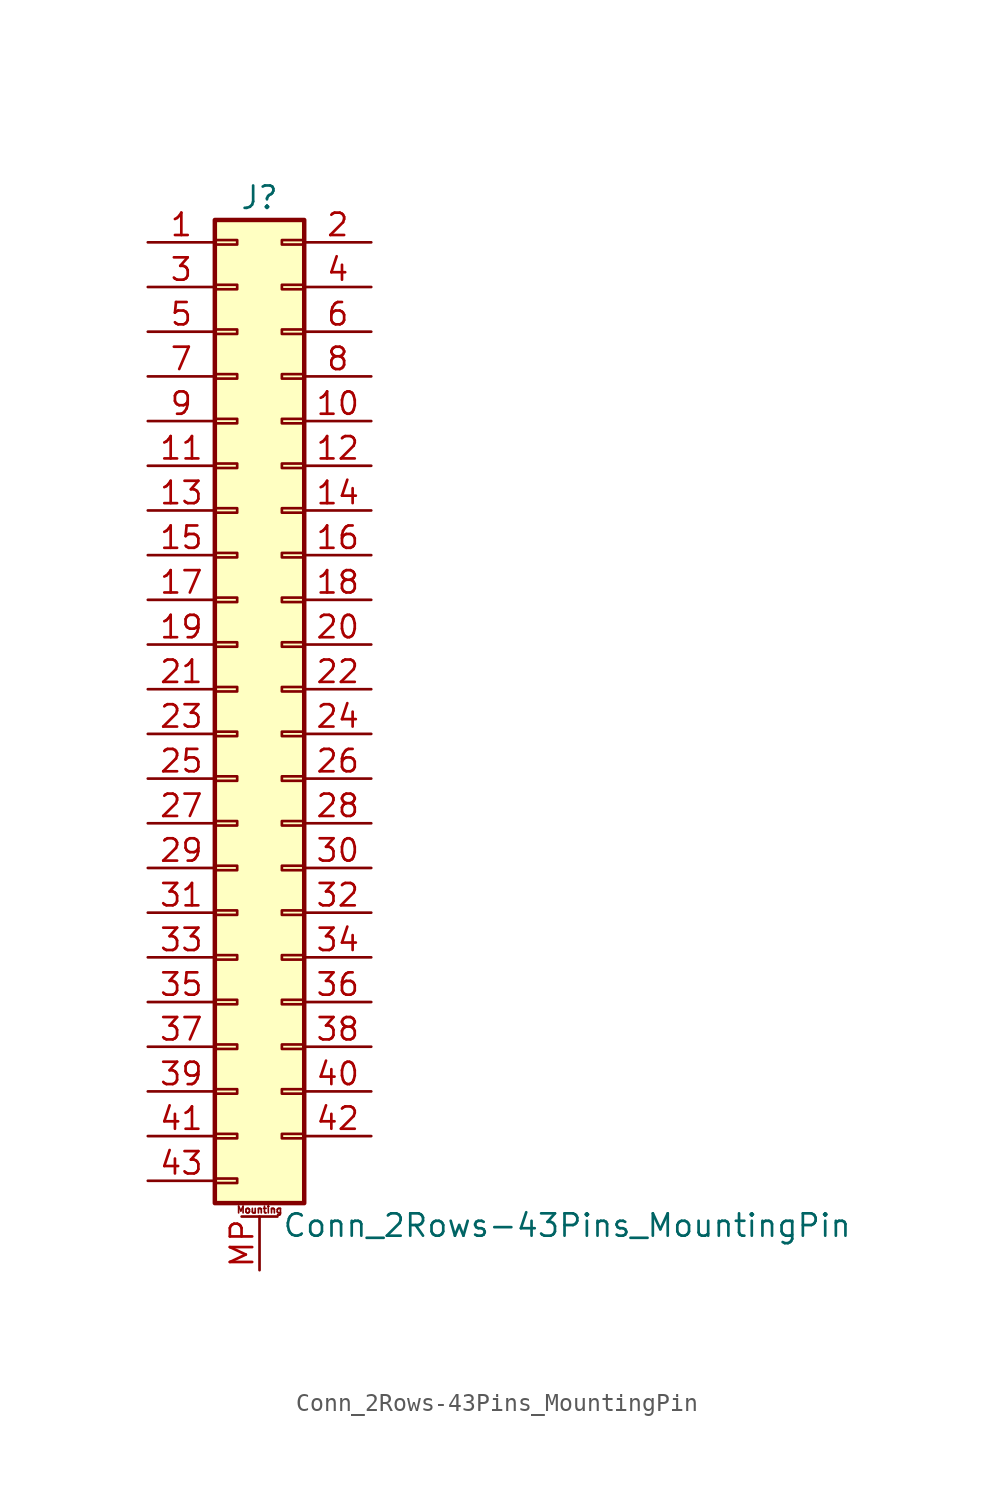
<source format=kicad_sym>
(kicad_symbol_lib
  (version 20220914)
  (generator kicad_symbol_editor)
  (symbol "Conn_2Rows-43Pins_MountingPin"
    (pin_names
      (offset 1.016) hide)
    (property "Reference" "J"
      (at 1.27 27.94 0)
      (effects (font (size 1.27 1.27))))
    (property "Value" "Conn_2Rows-43Pins_MountingPin"
      (at 2.54 -30.48 0)
      (effects (font (size 1.27 1.27)) (justify left)))
    (symbol "Conn_2Rows-43Pins_MountingPin_1_1"
      (rectangle (start -1.27 -27.813) (end 0 -28.067) (stroke (width 0.152) (type default)) (fill (type none)))
      (rectangle (start -1.27 -25.273) (end 0 -25.527) (stroke (width 0.152) (type default)) (fill (type none)))
      (rectangle (start -1.27 -22.733) (end 0 -22.987) (stroke (width 0.152) (type default)) (fill (type none)))
      (rectangle (start -1.27 -20.193) (end 0 -20.447) (stroke (width 0.152) (type default)) (fill (type none)))
      (rectangle (start -1.27 -17.653) (end 0 -17.907) (stroke (width 0.152) (type default)) (fill (type none)))
      (rectangle (start -1.27 -15.113) (end 0 -15.367) (stroke (width 0.152) (type default)) (fill (type none)))
      (rectangle (start -1.27 -12.573) (end 0 -12.827) (stroke (width 0.152) (type default)) (fill (type none)))
      (rectangle (start -1.27 -10.033) (end 0 -10.287) (stroke (width 0.152) (type default)) (fill (type none)))
      (rectangle (start -1.27 -7.493) (end 0 -7.747) (stroke (width 0.152) (type default)) (fill (type none)))
      (rectangle (start -1.27 -4.953) (end 0 -5.207) (stroke (width 0.152) (type default)) (fill (type none)))
      (rectangle (start -1.27 -2.413) (end 0 -2.667) (stroke (width 0.152) (type default)) (fill (type none)))
      (rectangle (start -1.27 0.127) (end 0 -0.127) (stroke (width 0.152) (type default)) (fill (type none)))
      (rectangle (start -1.27 2.667) (end 0 2.413) (stroke (width 0.152) (type default)) (fill (type none)))
      (rectangle (start -1.27 5.207) (end 0 4.953) (stroke (width 0.152) (type default)) (fill (type none)))
      (rectangle (start -1.27 7.747) (end 0 7.493) (stroke (width 0.152) (type default)) (fill (type none)))
      (rectangle (start -1.27 10.287) (end 0 10.033) (stroke (width 0.152) (type default)) (fill (type none)))
      (rectangle (start -1.27 12.827) (end 0 12.573) (stroke (width 0.152) (type default)) (fill (type none)))
      (rectangle (start -1.27 15.367) (end 0 15.113) (stroke (width 0.152) (type default)) (fill (type none)))
      (rectangle (start -1.27 17.907) (end 0 17.653) (stroke (width 0.152) (type default)) (fill (type none)))
      (rectangle (start -1.27 20.447) (end 0 20.193) (stroke (width 0.152) (type default)) (fill (type none)))
      (rectangle (start -1.27 22.987) (end 0 22.733) (stroke (width 0.152) (type default)) (fill (type none)))
      (rectangle (start -1.27 25.527) (end 0 25.273) (stroke (width 0.152) (type default)) (fill (type none)))
      (rectangle (start -1.27 26.67) (end 3.81 -29.21) (stroke (width 0.254) (type default)) (fill (type background)))
      (polyline (pts (xy 0.254 -29.972) (xy 2.286 -29.972)) (stroke (width 0.152) (type default)) (fill (type none)))
      (rectangle (start 3.81 -25.273) (end 2.54 -25.527) (stroke (width 0.152) (type default)) (fill (type none)))
      (rectangle (start 3.81 -22.733) (end 2.54 -22.987) (stroke (width 0.152) (type default)) (fill (type none)))
      (rectangle (start 3.81 -20.193) (end 2.54 -20.447) (stroke (width 0.152) (type default)) (fill (type none)))
      (rectangle (start 3.81 -17.653) (end 2.54 -17.907) (stroke (width 0.152) (type default)) (fill (type none)))
      (rectangle (start 3.81 -15.113) (end 2.54 -15.367) (stroke (width 0.152) (type default)) (fill (type none)))
      (rectangle (start 3.81 -12.573) (end 2.54 -12.827) (stroke (width 0.152) (type default)) (fill (type none)))
      (rectangle (start 3.81 -10.033) (end 2.54 -10.287) (stroke (width 0.152) (type default)) (fill (type none)))
      (rectangle (start 3.81 -7.493) (end 2.54 -7.747) (stroke (width 0.152) (type default)) (fill (type none)))
      (rectangle (start 3.81 -4.953) (end 2.54 -5.207) (stroke (width 0.152) (type default)) (fill (type none)))
      (rectangle (start 3.81 -2.413) (end 2.54 -2.667) (stroke (width 0.152) (type default)) (fill (type none)))
      (rectangle (start 3.81 0.127) (end 2.54 -0.127) (stroke (width 0.152) (type default)) (fill (type none)))
      (rectangle (start 3.81 2.667) (end 2.54 2.413) (stroke (width 0.152) (type default)) (fill (type none)))
      (rectangle (start 3.81 5.207) (end 2.54 4.953) (stroke (width 0.152) (type default)) (fill (type none)))
      (rectangle (start 3.81 7.747) (end 2.54 7.493) (stroke (width 0.152) (type default)) (fill (type none)))
      (rectangle (start 3.81 10.287) (end 2.54 10.033) (stroke (width 0.152) (type default)) (fill (type none)))
      (rectangle (start 3.81 12.827) (end 2.54 12.573) (stroke (width 0.152) (type default)) (fill (type none)))
      (rectangle (start 3.81 15.367) (end 2.54 15.113) (stroke (width 0.152) (type default)) (fill (type none)))
      (rectangle (start 3.81 17.907) (end 2.54 17.653) (stroke (width 0.152) (type default)) (fill (type none)))
      (rectangle (start 3.81 20.447) (end 2.54 20.193) (stroke (width 0.152) (type default)) (fill (type none)))
      (rectangle (start 3.81 22.987) (end 2.54 22.733) (stroke (width 0.152) (type default)) (fill (type none)))
      (rectangle (start 3.81 25.527) (end 2.54 25.273) (stroke (width 0.152) (type default)) (fill (type none)))
      (text "Mounting" (at 1.27 -29.591 0) (effects (font (size 0.381 0.381))))
      (pin passive line (at -5.08 25.4 0) (length 3.81) (name "Pin_1" (effects (font (size 1.27 1.27)))) (number "1" (effects (font (size 1.27 1.27)))))
      (pin passive line (at 7.62 15.24 180) (length 3.81) (name "Pin_10" (effects (font (size 1.27 1.27)))) (number "10" (effects (font (size 1.27 1.27)))))
      (pin passive line (at -5.08 12.7 0) (length 3.81) (name "Pin_11" (effects (font (size 1.27 1.27)))) (number "11" (effects (font (size 1.27 1.27)))))
      (pin passive line (at 7.62 12.7 180) (length 3.81) (name "Pin_12" (effects (font (size 1.27 1.27)))) (number "12" (effects (font (size 1.27 1.27)))))
      (pin passive line (at -5.08 10.16 0) (length 3.81) (name "Pin_13" (effects (font (size 1.27 1.27)))) (number "13" (effects (font (size 1.27 1.27)))))
      (pin passive line (at 7.62 10.16 180) (length 3.81) (name "Pin_14" (effects (font (size 1.27 1.27)))) (number "14" (effects (font (size 1.27 1.27)))))
      (pin passive line (at -5.08 7.62 0) (length 3.81) (name "Pin_15" (effects (font (size 1.27 1.27)))) (number "15" (effects (font (size 1.27 1.27)))))
      (pin passive line (at 7.62 7.62 180) (length 3.81) (name "Pin_16" (effects (font (size 1.27 1.27)))) (number "16" (effects (font (size 1.27 1.27)))))
      (pin passive line (at -5.08 5.08 0) (length 3.81) (name "Pin_17" (effects (font (size 1.27 1.27)))) (number "17" (effects (font (size 1.27 1.27)))))
      (pin passive line (at 7.62 5.08 180) (length 3.81) (name "Pin_18" (effects (font (size 1.27 1.27)))) (number "18" (effects (font (size 1.27 1.27)))))
      (pin passive line (at -5.08 2.54 0) (length 3.81) (name "Pin_19" (effects (font (size 1.27 1.27)))) (number "19" (effects (font (size 1.27 1.27)))))
      (pin passive line (at 7.62 25.4 180) (length 3.81) (name "Pin_2" (effects (font (size 1.27 1.27)))) (number "2" (effects (font (size 1.27 1.27)))))
      (pin passive line (at 7.62 2.54 180) (length 3.81) (name "Pin_20" (effects (font (size 1.27 1.27)))) (number "20" (effects (font (size 1.27 1.27)))))
      (pin passive line (at -5.08 0 0) (length 3.81) (name "Pin_21" (effects (font (size 1.27 1.27)))) (number "21" (effects (font (size 1.27 1.27)))))
      (pin passive line (at 7.62 0 180) (length 3.81) (name "Pin_22" (effects (font (size 1.27 1.27)))) (number "22" (effects (font (size 1.27 1.27)))))
      (pin passive line (at -5.08 -2.54 0) (length 3.81) (name "Pin_23" (effects (font (size 1.27 1.27)))) (number "23" (effects (font (size 1.27 1.27)))))
      (pin passive line (at 7.62 -2.54 180) (length 3.81) (name "Pin_24" (effects (font (size 1.27 1.27)))) (number "24" (effects (font (size 1.27 1.27)))))
      (pin passive line (at -5.08 -5.08 0) (length 3.81) (name "Pin_25" (effects (font (size 1.27 1.27)))) (number "25" (effects (font (size 1.27 1.27)))))
      (pin passive line (at 7.62 -5.08 180) (length 3.81) (name "Pin_26" (effects (font (size 1.27 1.27)))) (number "26" (effects (font (size 1.27 1.27)))))
      (pin passive line (at -5.08 -7.62 0) (length 3.81) (name "Pin_27" (effects (font (size 1.27 1.27)))) (number "27" (effects (font (size 1.27 1.27)))))
      (pin passive line (at 7.62 -7.62 180) (length 3.81) (name "Pin_28" (effects (font (size 1.27 1.27)))) (number "28" (effects (font (size 1.27 1.27)))))
      (pin passive line (at -5.08 -10.16 0) (length 3.81) (name "Pin_29" (effects (font (size 1.27 1.27)))) (number "29" (effects (font (size 1.27 1.27)))))
      (pin passive line (at -5.08 22.86 0) (length 3.81) (name "Pin_3" (effects (font (size 1.27 1.27)))) (number "3" (effects (font (size 1.27 1.27)))))
      (pin passive line (at 7.62 -10.16 180) (length 3.81) (name "Pin_30" (effects (font (size 1.27 1.27)))) (number "30" (effects (font (size 1.27 1.27)))))
      (pin passive line (at -5.08 -12.7 0) (length 3.81) (name "Pin_31" (effects (font (size 1.27 1.27)))) (number "31" (effects (font (size 1.27 1.27)))))
      (pin passive line (at 7.62 -12.7 180) (length 3.81) (name "Pin_32" (effects (font (size 1.27 1.27)))) (number "32" (effects (font (size 1.27 1.27)))))
      (pin passive line (at -5.08 -15.24 0) (length 3.81) (name "Pin_33" (effects (font (size 1.27 1.27)))) (number "33" (effects (font (size 1.27 1.27)))))
      (pin passive line (at 7.62 -15.24 180) (length 3.81) (name "Pin_34" (effects (font (size 1.27 1.27)))) (number "34" (effects (font (size 1.27 1.27)))))
      (pin passive line (at -5.08 -17.78 0) (length 3.81) (name "Pin_35" (effects (font (size 1.27 1.27)))) (number "35" (effects (font (size 1.27 1.27)))))
      (pin passive line (at 7.62 -17.78 180) (length 3.81) (name "Pin_36" (effects (font (size 1.27 1.27)))) (number "36" (effects (font (size 1.27 1.27)))))
      (pin passive line (at -5.08 -20.32 0) (length 3.81) (name "Pin_37" (effects (font (size 1.27 1.27)))) (number "37" (effects (font (size 1.27 1.27)))))
      (pin passive line (at 7.62 -20.32 180) (length 3.81) (name "Pin_38" (effects (font (size 1.27 1.27)))) (number "38" (effects (font (size 1.27 1.27)))))
      (pin passive line (at -5.08 -22.86 0) (length 3.81) (name "Pin_39" (effects (font (size 1.27 1.27)))) (number "39" (effects (font (size 1.27 1.27)))))
      (pin passive line (at 7.62 22.86 180) (length 3.81) (name "Pin_4" (effects (font (size 1.27 1.27)))) (number "4" (effects (font (size 1.27 1.27)))))
      (pin passive line (at 7.62 -22.86 180) (length 3.81) (name "Pin_40" (effects (font (size 1.27 1.27)))) (number "40" (effects (font (size 1.27 1.27)))))
      (pin passive line (at -5.08 -25.4 0) (length 3.81) (name "Pin_41" (effects (font (size 1.27 1.27)))) (number "41" (effects (font (size 1.27 1.27)))))
      (pin passive line (at 7.62 -25.4 180) (length 3.81) (name "Pin_42" (effects (font (size 1.27 1.27)))) (number "42" (effects (font (size 1.27 1.27)))))
      (pin passive line (at -5.08 -27.94 0) (length 3.81) (name "Pin_43" (effects (font (size 1.27 1.27)))) (number "43" (effects (font (size 1.27 1.27)))))
      (pin passive line (at -5.08 20.32 0) (length 3.81) (name "Pin_5" (effects (font (size 1.27 1.27)))) (number "5" (effects (font (size 1.27 1.27)))))
      (pin passive line (at 7.62 20.32 180) (length 3.81) (name "Pin_6" (effects (font (size 1.27 1.27)))) (number "6" (effects (font (size 1.27 1.27)))))
      (pin passive line (at -5.08 17.78 0) (length 3.81) (name "Pin_7" (effects (font (size 1.27 1.27)))) (number "7" (effects (font (size 1.27 1.27)))))
      (pin passive line (at 7.62 17.78 180) (length 3.81) (name "Pin_8" (effects (font (size 1.27 1.27)))) (number "8" (effects (font (size 1.27 1.27)))))
      (pin passive line (at -5.08 15.24 0) (length 3.81) (name "Pin_9" (effects (font (size 1.27 1.27)))) (number "9" (effects (font (size 1.27 1.27)))))
      (pin passive line (at 1.27 -33.02 90) (length 3.048) (name "MountPin" (effects (font (size 1.27 1.27)))) (number "MP" (effects (font (size 1.27 1.27))))))))
</source>
